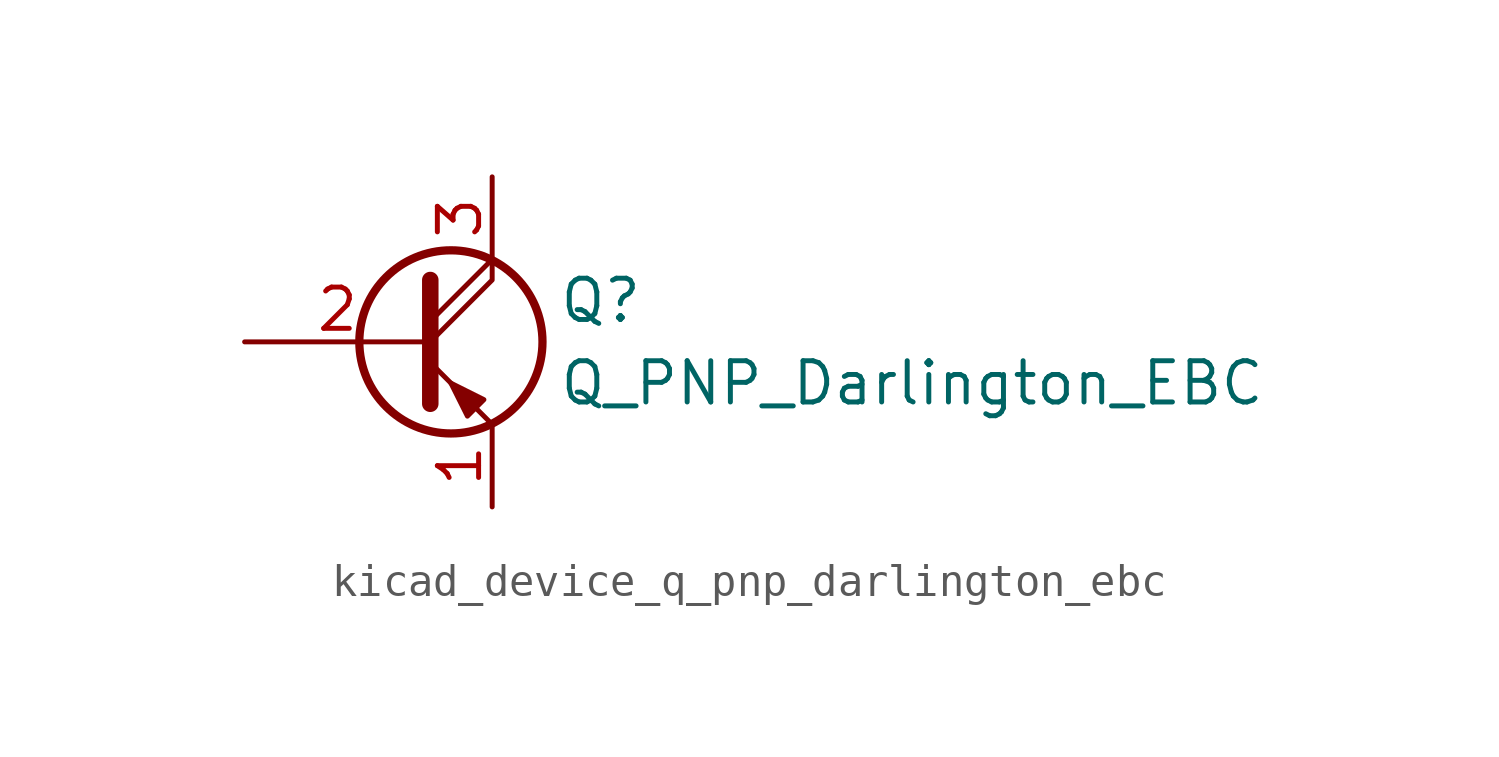
<source format=kicad_sym>
(kicad_symbol_lib
  (version 20220914)
  (generator kicad_symbol_editor)
  (symbol "kicad_device_q_pnp_darlington_ebc"
    (pin_names
      (offset 0) hide)
    (property "Reference" "Q"
      (at 4.572 1.27 0)
      (effects (font (size 1.27 1.27)) (justify left)))
    (property "Value" "Q_PNP_Darlington_EBC"
      (at 4.572 -1.27 0)
      (effects (font (size 1.27 1.27)) (justify left)))
    (symbol "kicad_device_q_pnp_darlington_ebc_0_1"
      (polyline (pts (xy 0.635 0.635) (xy 2.54 2.54)) (stroke (width 0) (type default)) (fill (type none)))
      (polyline (pts (xy 0.635 -0.635) (xy 2.54 -2.54) (xy 2.54 -2.54)) (stroke (width 0) (type default)) (fill (type none)))
      (polyline (pts (xy 0.635 0) (xy 2.54 1.905) (xy 2.54 2.54)) (stroke (width 0) (type default)) (fill (type none)))
      (polyline (pts (xy 0.635 1.905) (xy 0.635 -1.905) (xy 0.635 -1.905)) (stroke (width 0.508) (type default)) (fill (type none)))
      (polyline (pts (xy 2.286 -1.778) (xy 1.778 -2.286) (xy 1.27 -1.27) (xy 2.286 -1.778) (xy 2.286 -1.778)) (stroke (width 0) (type default)) (fill (type outline)))
      (circle (center 1.27 0) (radius 2.819) (stroke (width 0.254) (type default)) (fill (type none))))
    (symbol "kicad_device_q_pnp_darlington_ebc_1_1"
      (pin passive line (at 2.54 -5.08 90) (length 2.54) (name "E" (effects (font (size 1.27 1.27)))) (number "1" (effects (font (size 1.27 1.27)))))
      (pin input line (at -5.08 0 0) (length 5.715) (name "B" (effects (font (size 1.27 1.27)))) (number "2" (effects (font (size 1.27 1.27)))))
      (pin passive line (at 2.54 5.08 270) (length 2.54) (name "C" (effects (font (size 1.27 1.27)))) (number "3" (effects (font (size 1.27 1.27))))))))
</source>
